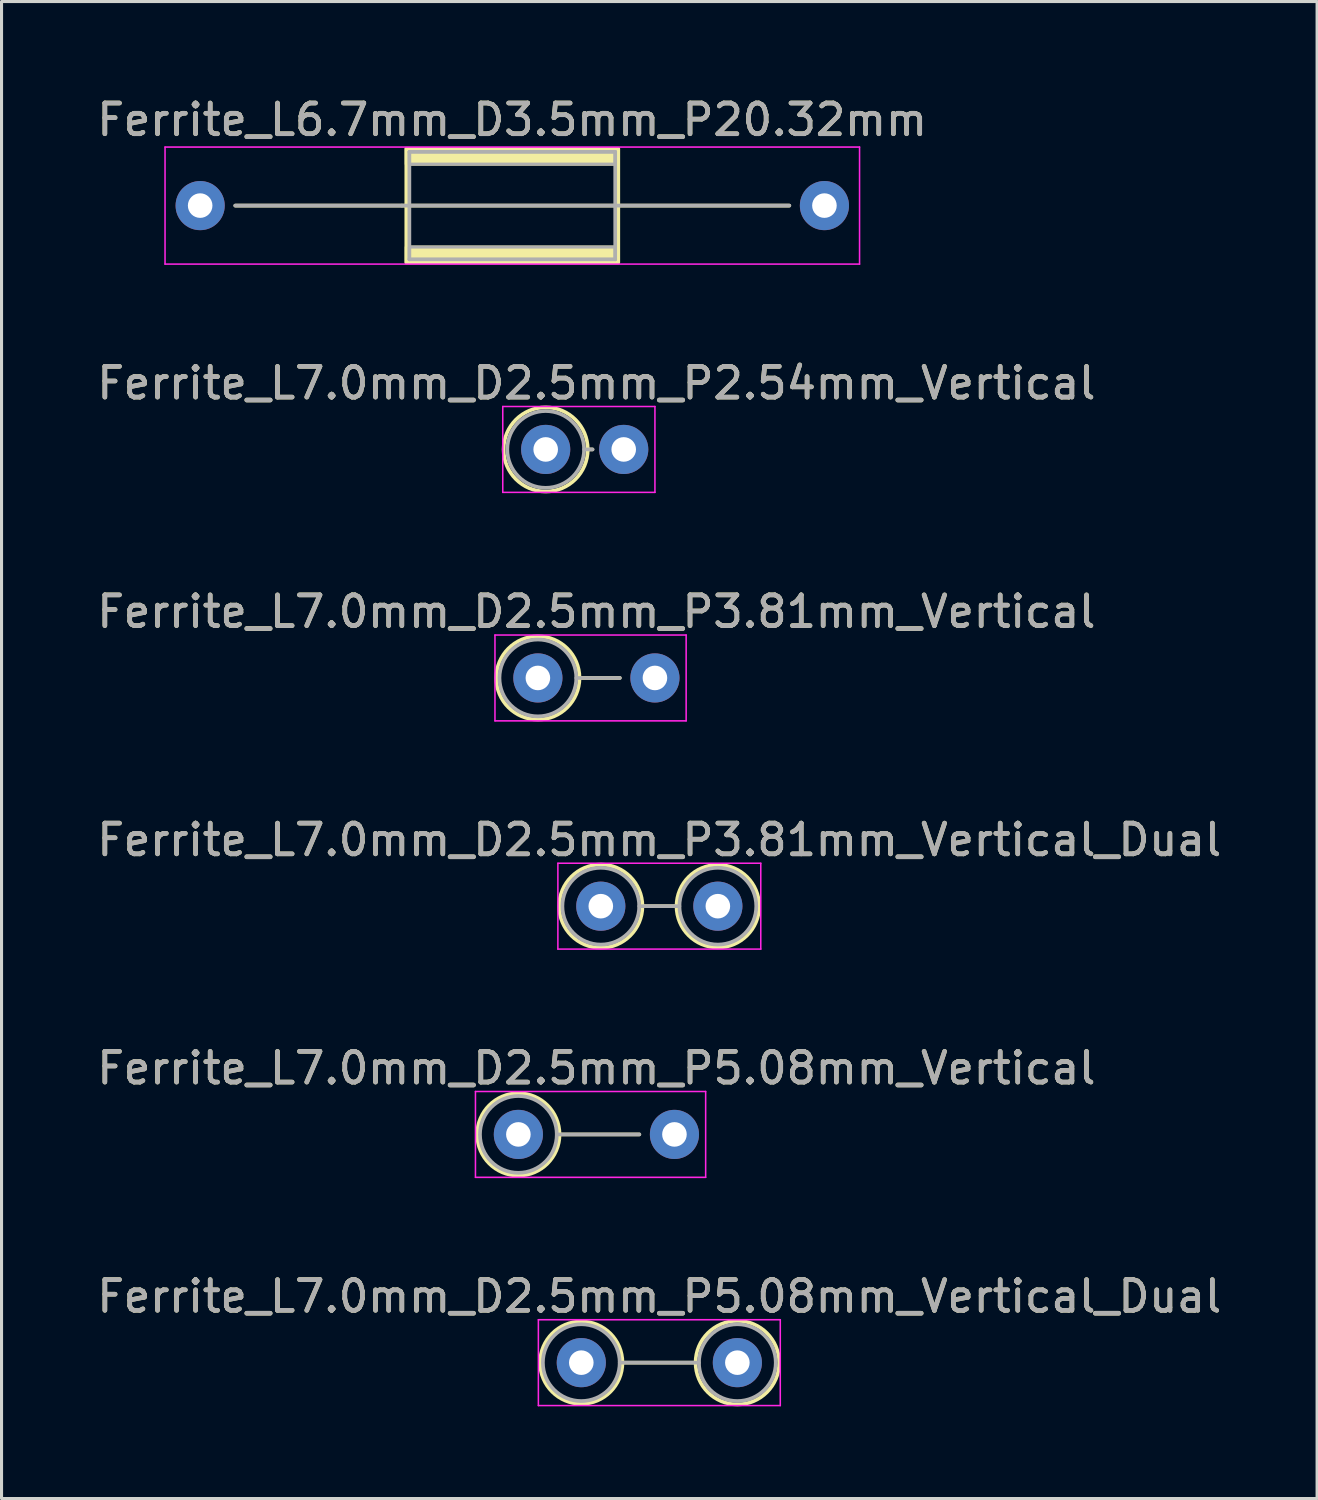
<source format=kicad_pcb>
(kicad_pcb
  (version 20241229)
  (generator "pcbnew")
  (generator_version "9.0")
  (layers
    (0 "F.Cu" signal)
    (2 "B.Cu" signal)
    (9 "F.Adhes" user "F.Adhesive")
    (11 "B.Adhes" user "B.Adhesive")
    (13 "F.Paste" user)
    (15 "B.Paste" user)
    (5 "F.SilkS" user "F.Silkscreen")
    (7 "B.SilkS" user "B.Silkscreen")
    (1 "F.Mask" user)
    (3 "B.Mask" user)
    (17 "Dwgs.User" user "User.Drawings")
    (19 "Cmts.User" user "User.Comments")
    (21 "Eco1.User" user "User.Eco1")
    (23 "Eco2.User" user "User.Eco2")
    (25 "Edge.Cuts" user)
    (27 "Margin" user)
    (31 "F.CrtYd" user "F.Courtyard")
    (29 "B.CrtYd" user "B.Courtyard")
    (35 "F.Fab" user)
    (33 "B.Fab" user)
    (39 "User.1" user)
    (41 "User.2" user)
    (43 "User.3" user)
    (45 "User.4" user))
  (footprint "Ferrite_L7.0mm_D2.5mm_P3.81mm_Vertical_Dual"
    (layer "F.Cu")
    (at 16.506 26.446)
    (property "Reference" "Ferrite_L7.0mm_D2.5mm_P3.81mm_Vertical_Dual" (at 1.905 -2.159 0) (layer "F.SilkS") (effects (font (size 1 1) (thickness 0.15))))
    (fp_line (start 1.355 0) (end 2.465 0) (stroke (width 0.12) (type solid)) (layer "F.SilkS"))
    (fp_circle (center 0 0) (end 1.355 0) (stroke (width 0.12) (type solid)) (fill no) (layer "F.SilkS"))
    (fp_circle (center 3.81 0) (end 5.155 0) (stroke (width 0.12) (type solid)) (fill no) (layer "F.SilkS"))
    (fp_line (start -1.397 -1.397) (end 5.207 -1.397) (stroke (width 0.05) (type solid)) (layer "F.CrtYd"))
    (fp_line (start -1.397 1.397) (end -1.397 -1.397) (stroke (width 0.05) (type solid)) (layer "F.CrtYd"))
    (fp_line (start 5.207 -1.397) (end 5.207 1.397) (stroke (width 0.05) (type solid)) (layer "F.CrtYd"))
    (fp_line (start 5.207 1.397) (end -1.397 1.397) (stroke (width 0.05) (type solid)) (layer "F.CrtYd"))
    (fp_line (start 1.25 0) (end 2.56 0) (stroke (width 0.12) (type solid)) (layer "F.Fab"))
    (fp_circle (center 0 0) (end 1.25 0) (stroke (width 0.12) (type solid)) (fill no) (layer "F.Fab"))
    (fp_circle (center 3.81 0) (end 5.06 0) (stroke (width 0.12) (type solid)) (fill no) (layer "F.Fab"))
    (fp_text user "${REFERENCE}" (at 1.905 -2.158 0) (layer "F.Fab") (effects (font (size 1 1) (thickness 0.15))))
    (pad "1" thru_hole circle (at 0 0) (size 1.6 1.6) (drill 0.8) (layers "*.Cu" "*.Mask"))
    (pad "2" thru_hole circle (at 3.81 0) (size 1.6 1.6) (drill 0.8) (layers "*.Cu" "*.Mask")))
  (footprint "Ferrite_L7.0mm_D2.5mm_P3.81mm_Vertical"
    (layer "F.Cu")
    (at 14.458 19.017)
    (property "Reference" "Ferrite_L7.0mm_D2.5mm_P3.81mm_Vertical" (at 1.905 -2.159 0) (layer "F.SilkS") (effects (font (size 1 1) (thickness 0.15))))
    (fp_line (start 1.355 0) (end 2.667 0) (stroke (width 0.12) (type solid)) (layer "F.SilkS"))
    (fp_circle (center 0 0) (end 1.355 0) (stroke (width 0.12) (type solid)) (fill no) (layer "F.SilkS"))
    (fp_line (start -1.397 -1.397) (end 4.826 -1.397) (stroke (width 0.05) (type solid)) (layer "F.CrtYd"))
    (fp_line (start -1.397 1.397) (end -1.397 -1.397) (stroke (width 0.05) (type solid)) (layer "F.CrtYd"))
    (fp_line (start 4.826 -1.397) (end 4.826 1.397) (stroke (width 0.05) (type solid)) (layer "F.CrtYd"))
    (fp_line (start 4.826 1.397) (end -1.397 1.397) (stroke (width 0.05) (type solid)) (layer "F.CrtYd"))
    (fp_line (start 1.25 0) (end 2.667 0) (stroke (width 0.12) (type solid)) (layer "F.Fab"))
    (fp_circle (center 0 0) (end 1.25 0) (stroke (width 0.12) (type solid)) (fill no) (layer "F.Fab"))
    (fp_text user "${REFERENCE}" (at 1.905 -2.158 0) (layer "F.Fab") (effects (font (size 1 1) (thickness 0.15))))
    (pad "1" thru_hole circle (at 0 0) (size 1.6 1.6) (drill 0.8) (layers "*.Cu" "*.Mask"))
    (pad "2" thru_hole circle (at 3.81 0) (size 1.6 1.6) (drill 0.8) (layers "*.Cu" "*.Mask")))
  (footprint "Ferrite_L6.7mm_D3.5mm_P20.32mm"
    (layer "F.Cu")
    (at 3.465 3.642)
    (property "Reference" "Ferrite_L6.7mm_D3.5mm_P20.32mm" (at 10.16 -2.794 0) (layer "F.SilkS") (effects (font (size 1 1) (thickness 0.15))))
    (fp_line (start 6.694 0.000002) (end 1.143 0) (stroke (width 0.12) (type solid)) (layer "F.SilkS"))
    (fp_line (start 6.694 0.000002) (end 19.177 0) (stroke (width 0.12) (type solid)) (layer "F.SilkS"))
    (fp_rect (start 6.71 -1.85) (end 13.61 1.85) (stroke (width 0.12) (type solid)) (fill no) (layer "F.SilkS"))
    (fp_poly (pts (xy 6.71 1.35) (xy 13.61 1.35) (xy 13.61 1.85) (xy 6.71 1.85)) (stroke (width 0.1) (type solid)) (fill yes) (layer "F.SilkS"))
    (fp_poly (pts (xy 13.61 -1.35) (xy 6.71 -1.35) (xy 6.71 -1.85) (xy 13.61 -1.85)) (stroke (width 0.1) (type solid)) (fill yes) (layer "F.SilkS"))
    (fp_line (start -1.143 -1.905) (end 21.463 -1.905) (stroke (width 0.05) (type solid)) (layer "F.CrtYd"))
    (fp_line (start -1.143 1.905) (end -1.143 -1.905) (stroke (width 0.05) (type solid)) (layer "F.CrtYd"))
    (fp_line (start 21.463 -1.905) (end 21.463 1.905) (stroke (width 0.05) (type solid)) (layer "F.CrtYd"))
    (fp_line (start 21.463 1.905) (end -1.143 1.905) (stroke (width 0.05) (type solid)) (layer "F.CrtYd"))
    (fp_line (start 6.567 0.000002) (end 1.143 0) (stroke (width 0.12) (type solid)) (layer "F.Fab"))
    (fp_line (start 6.567 0.000002) (end 19.177 0) (stroke (width 0.12) (type solid)) (layer "F.Fab"))
    (fp_line (start 6.81 -1.75) (end 13.51 -1.75) (stroke (width 0.12) (type solid)) (layer "F.Fab"))
    (fp_line (start 6.81 1.75) (end 6.81 -1.75) (stroke (width 0.12) (type solid)) (layer "F.Fab"))
    (fp_line (start 13.51 -1.75) (end 13.51 1.75) (stroke (width 0.12) (type solid)) (layer "F.Fab"))
    (fp_line (start 13.51 1.75) (end 6.81 1.75) (stroke (width 0.12) (type solid)) (layer "F.Fab"))
    (fp_poly (pts (xy 6.81 1.35) (xy 13.51 1.35) (xy 13.51 1.75) (xy 6.81 1.75)) (stroke (width 0.1) (type solid)) (fill no) (layer "F.Fab"))
    (fp_poly (pts (xy 13.51 -1.35) (xy 6.81 -1.35) (xy 6.81 -1.75) (xy 13.51 -1.75)) (stroke (width 0.1) (type solid)) (fill no) (layer "F.Fab"))
    (fp_text user "${REFERENCE}" (at 10.16 -2.793 0) (layer "F.Fab") (effects (font (size 1 1) (thickness 0.15))))
    (pad "1" thru_hole circle (at 0 0) (size 1.6 1.6) (drill 0.8) (layers "*.Cu" "*.Mask"))
    (pad "2" thru_hole circle (at 20.32 0) (size 1.6 1.6) (drill 0.8) (layers "*.Cu" "*.Mask")))
  (footprint "Ferrite_L7.0mm_D2.5mm_P2.54mm_Vertical"
    (layer "F.Cu")
    (at 14.712 11.579)
    (property "Reference" "Ferrite_L7.0mm_D2.5mm_P2.54mm_Vertical" (at 1.651 -2.159 0) (layer "F.SilkS") (effects (font (size 1 1) (thickness 0.15))))
    (fp_line (start 1.37 0) (end 1.524 0) (stroke (width 0.12) (type solid)) (layer "F.SilkS"))
    (fp_circle (center 0 0) (end 1.37 0) (stroke (width 0.12) (type solid)) (fill no) (layer "F.SilkS"))
    (fp_line (start -1.397 -1.397) (end 3.556 -1.397) (stroke (width 0.05) (type solid)) (layer "F.CrtYd"))
    (fp_line (start -1.397 1.397) (end -1.397 -1.397) (stroke (width 0.05) (type solid)) (layer "F.CrtYd"))
    (fp_line (start 3.556 -1.397) (end 3.556 1.397) (stroke (width 0.05) (type solid)) (layer "F.CrtYd"))
    (fp_line (start 3.556 1.397) (end -1.397 1.397) (stroke (width 0.05) (type solid)) (layer "F.CrtYd"))
    (fp_line (start 1.25 0) (end 1.524 0) (stroke (width 0.12) (type solid)) (layer "F.Fab"))
    (fp_circle (center 0 0) (end 1.25 0) (stroke (width 0.12) (type solid)) (fill no) (layer "F.Fab"))
    (fp_text user "${REFERENCE}" (at 1.651 -2.158 0) (layer "F.Fab") (effects (font (size 1 1) (thickness 0.15))))
    (pad "1" thru_hole circle (at 0 0) (size 1.6 1.6) (drill 0.8) (layers "*.Cu" "*.Mask"))
    (pad "2" thru_hole circle (at 2.54 0) (size 1.6 1.6) (drill 0.8) (layers "*.Cu" "*.Mask")))
  (footprint "Ferrite_L7.0mm_D2.5mm_P5.08mm_Vertical"
    (layer "F.Cu")
    (at 13.823 33.875)
    (property "Reference" "Ferrite_L7.0mm_D2.5mm_P5.08mm_Vertical" (at 2.54 -2.159 0) (layer "F.SilkS") (effects (font (size 1 1) (thickness 0.15))))
    (fp_line (start 1.34 0) (end 3.937 0) (stroke (width 0.12) (type solid)) (layer "F.SilkS"))
    (fp_circle (center 0 0) (end 1.34 0) (stroke (width 0.12) (type solid)) (fill no) (layer "F.SilkS"))
    (fp_line (start -1.397 -1.397) (end 6.096 -1.397) (stroke (width 0.05) (type solid)) (layer "F.CrtYd"))
    (fp_line (start -1.397 1.397) (end -1.397 -1.397) (stroke (width 0.05) (type solid)) (layer "F.CrtYd"))
    (fp_line (start 6.096 -1.397) (end 6.096 1.397) (stroke (width 0.05) (type solid)) (layer "F.CrtYd"))
    (fp_line (start 6.096 1.397) (end -1.397 1.397) (stroke (width 0.05) (type solid)) (layer "F.CrtYd"))
    (fp_line (start 1.25 0) (end 3.937 0) (stroke (width 0.12) (type solid)) (layer "F.Fab"))
    (fp_circle (center 0 0) (end 1.25 0) (stroke (width 0.12) (type solid)) (fill no) (layer "F.Fab"))
    (fp_text user "${REFERENCE}" (at 2.54 -2.158 0) (layer "F.Fab") (effects (font (size 1 1) (thickness 0.15))))
    (pad "1" thru_hole circle (at 0 0) (size 1.6 1.6) (drill 0.8) (layers "*.Cu" "*.Mask"))
    (pad "2" thru_hole circle (at 5.08 0) (size 1.6 1.6) (drill 0.8) (layers "*.Cu" "*.Mask")))
  (footprint "Ferrite_L7.0mm_D2.5mm_P5.08mm_Vertical_Dual"
    (layer "F.Cu")
    (at 15.871 41.304)
    (property "Reference" "Ferrite_L7.0mm_D2.5mm_P5.08mm_Vertical_Dual" (at 2.54 -2.159 0) (layer "F.SilkS") (effects (font (size 1 1) (thickness 0.15))))
    (fp_line (start 1.34 0) (end 3.72 0) (stroke (width 0.12) (type solid)) (layer "F.SilkS"))
    (fp_circle (center 0 0) (end 1.34 0) (stroke (width 0.12) (type solid)) (fill no) (layer "F.SilkS"))
    (fp_circle (center 5.08 0) (end 6.44 0) (stroke (width 0.12) (type solid)) (fill no) (layer "F.SilkS"))
    (fp_line (start -1.397 -1.397) (end 6.477 -1.397) (stroke (width 0.05) (type solid)) (layer "F.CrtYd"))
    (fp_line (start -1.397 1.397) (end -1.397 -1.397) (stroke (width 0.05) (type solid)) (layer "F.CrtYd"))
    (fp_line (start 6.477 -1.397) (end 6.477 1.397) (stroke (width 0.05) (type solid)) (layer "F.CrtYd"))
    (fp_line (start 6.477 1.397) (end -1.397 1.397) (stroke (width 0.05) (type solid)) (layer "F.CrtYd"))
    (fp_line (start 1.25 0) (end 3.83 0) (stroke (width 0.12) (type solid)) (layer "F.Fab"))
    (fp_circle (center 0 0) (end 1.25 0) (stroke (width 0.12) (type solid)) (fill no) (layer "F.Fab"))
    (fp_circle (center 5.08 0) (end 6.33 0) (stroke (width 0.12) (type solid)) (fill no) (layer "F.Fab"))
    (fp_text user "${REFERENCE}" (at 2.54 -2.158 0) (layer "F.Fab") (effects (font (size 1 1) (thickness 0.15))))
    (pad "1" thru_hole circle (at 0 0) (size 1.6 1.6) (drill 0.8) (layers "*.Cu" "*.Mask"))
    (pad "2" thru_hole circle (at 5.08 0) (size 1.6 1.6) (drill 0.8) (layers "*.Cu" "*.Mask")))
  (gr_rect
    (start -3 -3)
    (end 39.821 45.727)
    (stroke (width 0.1) (type default))
    (fill no)
    (layer "Edge.Cuts")))
</source>
